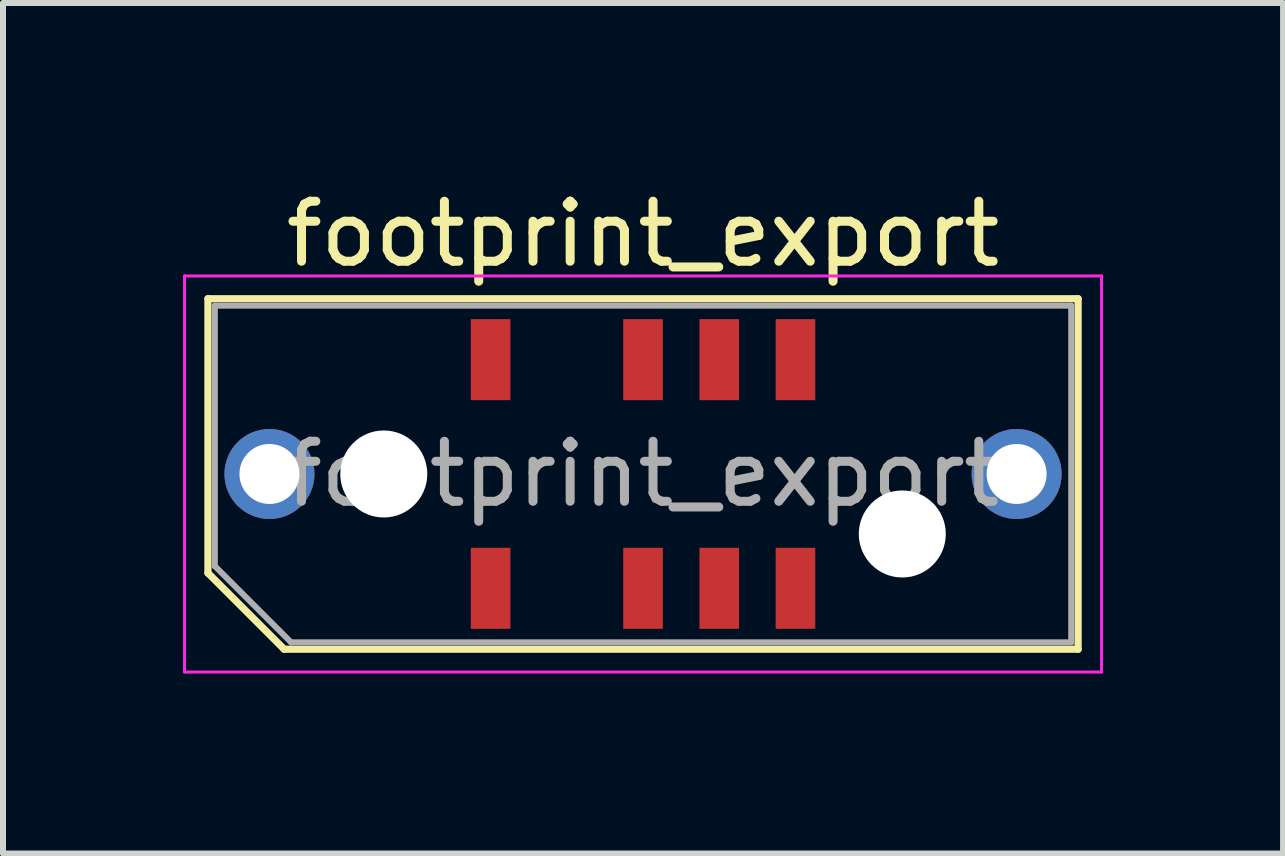
<source format=kicad_pcb>
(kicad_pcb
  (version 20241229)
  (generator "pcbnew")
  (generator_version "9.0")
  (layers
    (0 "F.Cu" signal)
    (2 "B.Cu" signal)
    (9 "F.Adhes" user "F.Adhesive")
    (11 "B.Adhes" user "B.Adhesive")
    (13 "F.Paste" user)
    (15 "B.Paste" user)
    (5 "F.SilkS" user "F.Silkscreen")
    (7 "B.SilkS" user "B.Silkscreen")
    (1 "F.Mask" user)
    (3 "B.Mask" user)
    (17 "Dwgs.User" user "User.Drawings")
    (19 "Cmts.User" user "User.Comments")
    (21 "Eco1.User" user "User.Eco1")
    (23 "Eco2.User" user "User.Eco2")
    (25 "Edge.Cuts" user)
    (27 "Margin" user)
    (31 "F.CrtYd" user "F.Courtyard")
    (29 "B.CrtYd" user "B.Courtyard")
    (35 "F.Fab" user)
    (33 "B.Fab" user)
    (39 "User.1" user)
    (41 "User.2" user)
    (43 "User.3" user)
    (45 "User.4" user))
  (footprint "footprint_export"
    (layer "F.Cu")
    (at 7.665 4.848)
    (property "Reference" "footprint_export" (at 0 -4 0) (layer "F.SilkS") (effects (font (size 1 1) (thickness 0.15))))
    (attr smd)
    (fp_line (start -7.25 -2.92) (end 7.25 -2.92) (stroke (width 0.12) (type solid)) (layer "F.SilkS"))
    (fp_line (start -7.25 1.65) (end -7.25 -2.92) (stroke (width 0.12) (type solid)) (layer "F.SilkS"))
    (fp_line (start -5.98 2.92) (end -7.25 1.65) (stroke (width 0.12) (type solid)) (layer "F.SilkS"))
    (fp_line (start -5.98 2.92) (end 7.25 2.92) (stroke (width 0.12) (type solid)) (layer "F.SilkS"))
    (fp_line (start 7.25 2.92) (end 7.25 -2.92) (stroke (width 0.12) (type solid)) (layer "F.SilkS"))
    (fp_line (start -7.64 -3.3) (end -7.64 3.3) (stroke (width 0.05) (type solid)) (layer "F.CrtYd"))
    (fp_line (start -7.64 3.3) (end 7.64 3.3) (stroke (width 0.05) (type solid)) (layer "F.CrtYd"))
    (fp_line (start 7.64 -3.3) (end -7.64 -3.3) (stroke (width 0.05) (type solid)) (layer "F.CrtYd"))
    (fp_line (start 7.64 3.3) (end 7.64 -3.3) (stroke (width 0.05) (type solid)) (layer "F.CrtYd"))
    (fp_line (start -7.135 -2.805) (end 7.135 -2.805) (stroke (width 0.1) (type solid)) (layer "F.Fab"))
    (fp_line (start -7.135 1.535) (end -7.135 -2.805) (stroke (width 0.1) (type solid)) (layer "F.Fab"))
    (fp_line (start -7.135 1.535) (end -5.865 2.805) (stroke (width 0.1) (type solid)) (layer "F.Fab"))
    (fp_line (start -5.865 2.805) (end 7.135 2.805) (stroke (width 0.1) (type solid)) (layer "F.Fab"))
    (fp_line (start 7.135 2.805) (end 7.135 -2.805) (stroke (width 0.1) (type solid)) (layer "F.Fab"))
    (fp_text user "${REFERENCE}" (at 0 0 0) (layer "F.Fab") (effects (font (size 1 1) (thickness 0.15))))
    (pad "" thru_hole circle (at -6.225 0) (size 1.5 1.5) (drill 1) (layers "*.Cu" "*.Mask"))
    (pad "" np_thru_hole circle (at -4.32 0) (size 1.45 1.45) (drill 1.45) (layers "*.Cu" "*.Mask"))
    (pad "" np_thru_hole circle (at 4.32 1) (size 1.45 1.45) (drill 1.45) (layers "*.Cu" "*.Mask"))
    (pad "" thru_hole circle (at 6.225 0) (size 1.5 1.5) (drill 1) (layers "*.Cu" "*.Mask"))
    (pad "1" smd rect (at -2.54 1.905) (size 0.66 1.35) (layers "F.Cu" "F.Mask" "F.Paste"))
    (pad "2" smd rect (at -2.54 -1.905) (size 0.66 1.35) (layers "F.Cu" "F.Mask" "F.Paste"))
    (pad "5" smd rect (at 0 1.905) (size 0.66 1.35) (layers "F.Cu" "F.Mask" "F.Paste"))
    (pad "6" smd rect (at 0 -1.905) (size 0.66 1.35) (layers "F.Cu" "F.Mask" "F.Paste"))
    (pad "7" smd rect (at 1.27 1.905) (size 0.66 1.35) (layers "F.Cu" "F.Mask" "F.Paste"))
    (pad "8" smd rect (at 1.27 -1.905) (size 0.66 1.35) (layers "F.Cu" "F.Mask" "F.Paste"))
    (pad "9" smd rect (at 2.54 1.905) (size 0.66 1.35) (layers "F.Cu" "F.Mask" "F.Paste"))
    (pad "10" smd rect (at 2.54 -1.905) (size 0.66 1.35) (layers "F.Cu" "F.Mask" "F.Paste")))
  (gr_rect
    (start -3 -3)
    (end 18.33 11.173)
    (stroke (width 0.1) (type default))
    (fill no)
    (layer "Edge.Cuts")))
</source>
